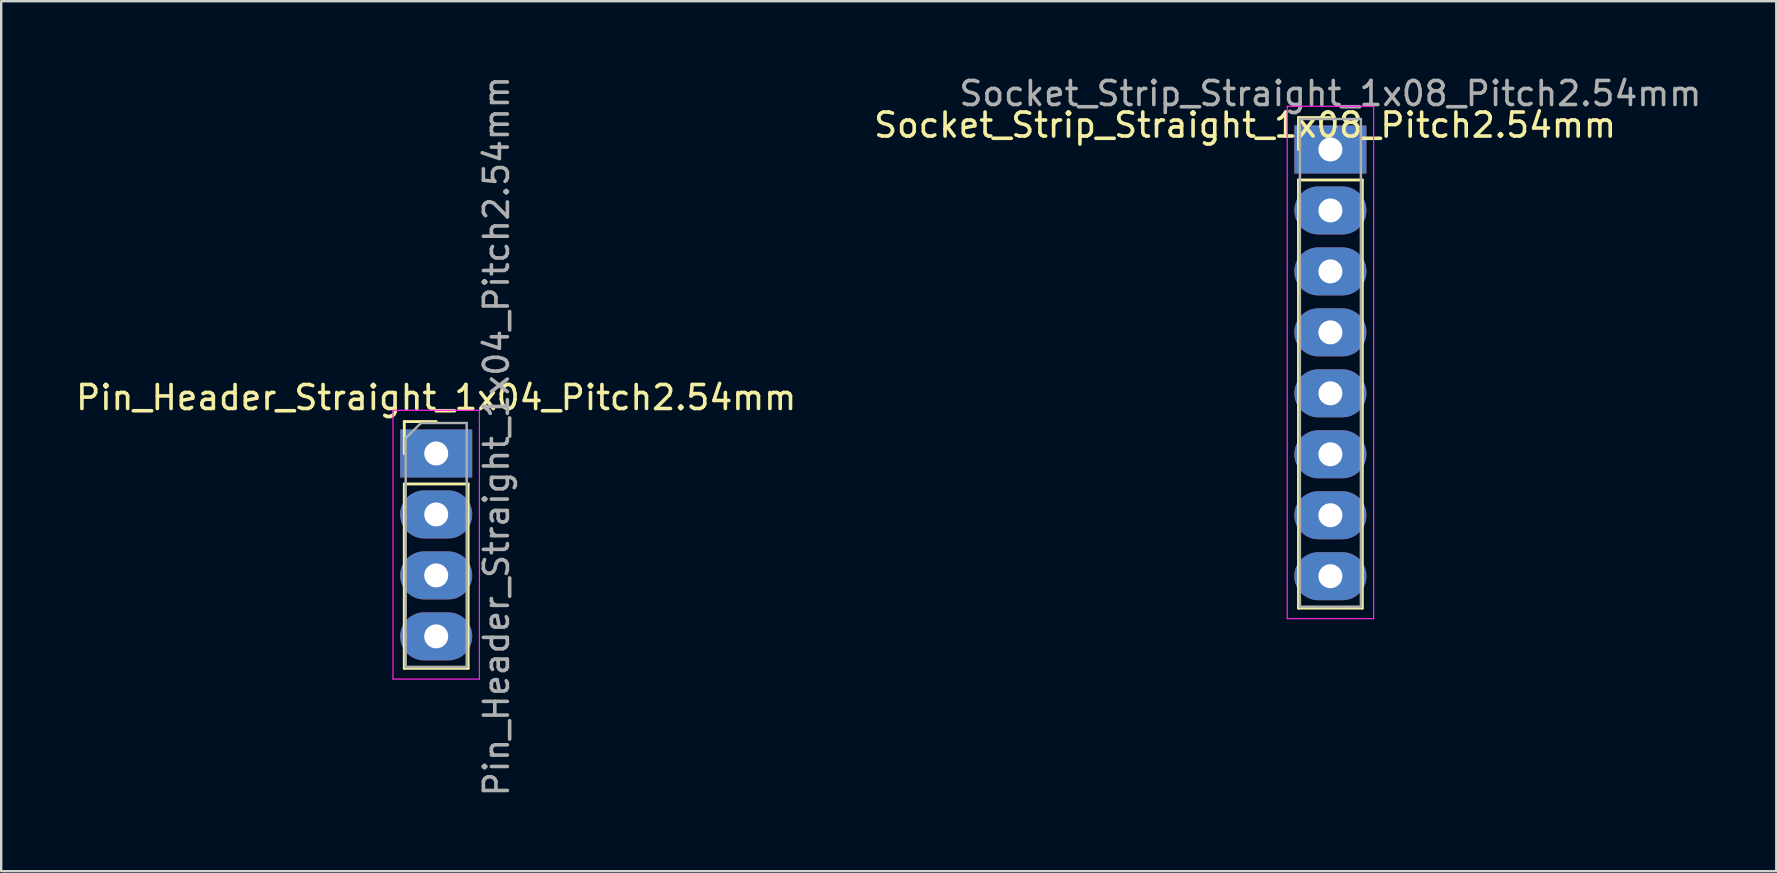
<source format=kicad_pcb>
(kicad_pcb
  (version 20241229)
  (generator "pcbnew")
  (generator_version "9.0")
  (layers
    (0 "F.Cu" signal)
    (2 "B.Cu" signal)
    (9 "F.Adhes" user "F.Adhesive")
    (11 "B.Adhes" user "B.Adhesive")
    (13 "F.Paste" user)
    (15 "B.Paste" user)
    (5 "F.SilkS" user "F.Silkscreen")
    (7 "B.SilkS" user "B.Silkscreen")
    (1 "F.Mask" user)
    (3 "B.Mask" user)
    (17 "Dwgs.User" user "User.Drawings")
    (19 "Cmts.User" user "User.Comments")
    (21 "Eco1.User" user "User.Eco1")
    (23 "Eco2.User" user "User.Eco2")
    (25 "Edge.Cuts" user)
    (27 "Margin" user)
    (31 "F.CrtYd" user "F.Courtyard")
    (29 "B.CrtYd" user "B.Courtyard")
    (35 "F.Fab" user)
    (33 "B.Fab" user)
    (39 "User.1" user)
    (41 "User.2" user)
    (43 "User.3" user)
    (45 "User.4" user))
  (footprint "Socket_Strip_Straight_1x08_Pitch2.54mm"
    (layer "F.Cu")
    (at 52.383 3.178)
    (property "Reference" "Socket_Strip_Straight_1x08_Pitch2.54mm" (at -3.556 -1.016 0) (layer "F.SilkS") (effects (font (size 1 1) (thickness 0.15))))
    (attr through_hole)
    (fp_line (start -1.33 -1.33) (end 0 -1.33) (stroke (width 0.12) (type solid)) (layer "F.SilkS"))
    (fp_line (start -1.33 0) (end -1.33 -1.33) (stroke (width 0.12) (type solid)) (layer "F.SilkS"))
    (fp_line (start -1.33 1.27) (end -1.33 19.11) (stroke (width 0.12) (type solid)) (layer "F.SilkS"))
    (fp_line (start -1.33 19.11) (end 1.33 19.11) (stroke (width 0.12) (type solid)) (layer "F.SilkS"))
    (fp_line (start 1.33 1.27) (end -1.33 1.27) (stroke (width 0.12) (type solid)) (layer "F.SilkS"))
    (fp_line (start 1.33 19.11) (end 1.33 1.27) (stroke (width 0.12) (type solid)) (layer "F.SilkS"))
    (fp_line (start -1.8 -1.8) (end -1.8 19.55) (stroke (width 0.05) (type solid)) (layer "F.CrtYd"))
    (fp_line (start -1.8 19.55) (end 1.8 19.55) (stroke (width 0.05) (type solid)) (layer "F.CrtYd"))
    (fp_line (start 1.8 -1.8) (end -1.8 -1.8) (stroke (width 0.05) (type solid)) (layer "F.CrtYd"))
    (fp_line (start 1.8 19.55) (end 1.8 -1.8) (stroke (width 0.05) (type solid)) (layer "F.CrtYd"))
    (fp_line (start -1.27 -1.27) (end -1.27 19.05) (stroke (width 0.1) (type solid)) (layer "F.Fab"))
    (fp_line (start -1.27 19.05) (end 1.27 19.05) (stroke (width 0.1) (type solid)) (layer "F.Fab"))
    (fp_line (start 1.27 -1.27) (end -1.27 -1.27) (stroke (width 0.1) (type solid)) (layer "F.Fab"))
    (fp_line (start 1.27 19.05) (end 1.27 -1.27) (stroke (width 0.1) (type solid)) (layer "F.Fab"))
    (fp_text user "${REFERENCE}" (at 0 -2.33 0) (layer "F.Fab") (effects (font (size 1 1) (thickness 0.15))))
    (pad "1" thru_hole rect (at 0 0) (size 3 2) (drill 1) (layers "*.Cu" "*.Mask"))
    (pad "2" thru_hole oval (at 0 2.54) (size 3 2) (drill 1) (layers "*.Cu" "*.Mask"))
    (pad "3" thru_hole oval (at 0 5.08) (size 3 2) (drill 1) (layers "*.Cu" "*.Mask"))
    (pad "4" thru_hole oval (at 0 7.62) (size 3 2) (drill 1) (layers "*.Cu" "*.Mask"))
    (pad "5" thru_hole oval (at 0 10.16) (size 3 2) (drill 1) (layers "*.Cu" "*.Mask"))
    (pad "6" thru_hole oval (at 0 12.7) (size 3 2) (drill 1) (layers "*.Cu" "*.Mask"))
    (pad "7" thru_hole oval (at 0 15.24) (size 3 2) (drill 1) (layers "*.Cu" "*.Mask"))
    (pad "8" thru_hole oval (at 0 17.78) (size 3 2) (drill 1) (layers "*.Cu" "*.Mask")))
  (footprint "Pin_Header_Straight_1x04_Pitch2.54mm"
    (layer "F.Cu")
    (at 15.125 15.845)
    (property "Reference" "Pin_Header_Straight_1x04_Pitch2.54mm" (at 0 -2.33 0) (layer "F.SilkS") (effects (font (size 1 1) (thickness 0.15))))
    (attr through_hole)
    (fp_line (start -1.33 -1.33) (end 0 -1.33) (stroke (width 0.12) (type solid)) (layer "F.SilkS"))
    (fp_line (start -1.33 0) (end -1.33 -1.33) (stroke (width 0.12) (type solid)) (layer "F.SilkS"))
    (fp_line (start -1.33 1.27) (end -1.33 8.95) (stroke (width 0.12) (type solid)) (layer "F.SilkS"))
    (fp_line (start -1.33 1.27) (end 1.33 1.27) (stroke (width 0.12) (type solid)) (layer "F.SilkS"))
    (fp_line (start -1.33 8.95) (end 1.33 8.95) (stroke (width 0.12) (type solid)) (layer "F.SilkS"))
    (fp_line (start 1.33 1.27) (end 1.33 8.95) (stroke (width 0.12) (type solid)) (layer "F.SilkS"))
    (fp_line (start -1.8 -1.8) (end -1.8 9.4) (stroke (width 0.05) (type solid)) (layer "F.CrtYd"))
    (fp_line (start -1.8 9.4) (end 1.8 9.4) (stroke (width 0.05) (type solid)) (layer "F.CrtYd"))
    (fp_line (start 1.8 -1.8) (end -1.8 -1.8) (stroke (width 0.05) (type solid)) (layer "F.CrtYd"))
    (fp_line (start 1.8 9.4) (end 1.8 -1.8) (stroke (width 0.05) (type solid)) (layer "F.CrtYd"))
    (fp_line (start -1.27 -0.635) (end -0.635 -1.27) (stroke (width 0.1) (type solid)) (layer "F.Fab"))
    (fp_line (start -1.27 8.89) (end -1.27 -0.635) (stroke (width 0.1) (type solid)) (layer "F.Fab"))
    (fp_line (start -0.635 -1.27) (end 1.27 -1.27) (stroke (width 0.1) (type solid)) (layer "F.Fab"))
    (fp_line (start 1.27 -1.27) (end 1.27 8.89) (stroke (width 0.1) (type solid)) (layer "F.Fab"))
    (fp_line (start 1.27 8.89) (end -1.27 8.89) (stroke (width 0.1) (type solid)) (layer "F.Fab"))
    (fp_text user "${REFERENCE}" (at 2.51 -0.72 90) (layer "F.Fab") (effects (font (size 1 1) (thickness 0.15))))
    (pad "1" thru_hole rect (at 0 0) (size 3 2) (drill 1) (layers "*.Cu" "*.Mask"))
    (pad "2" thru_hole oval (at 0 2.54) (size 3 2) (drill 1) (layers "*.Cu" "*.Mask"))
    (pad "3" thru_hole oval (at 0 5.08) (size 3 2) (drill 1) (layers "*.Cu" "*.Mask"))
    (pad "4" thru_hole oval (at 0 7.62) (size 3 2) (drill 1) (layers "*.Cu" "*.Mask")))
  (gr_rect
    (start -3 -3)
    (end 70.961 33.25)
    (stroke (width 0.1) (type default))
    (fill no)
    (layer "Edge.Cuts")))
</source>
